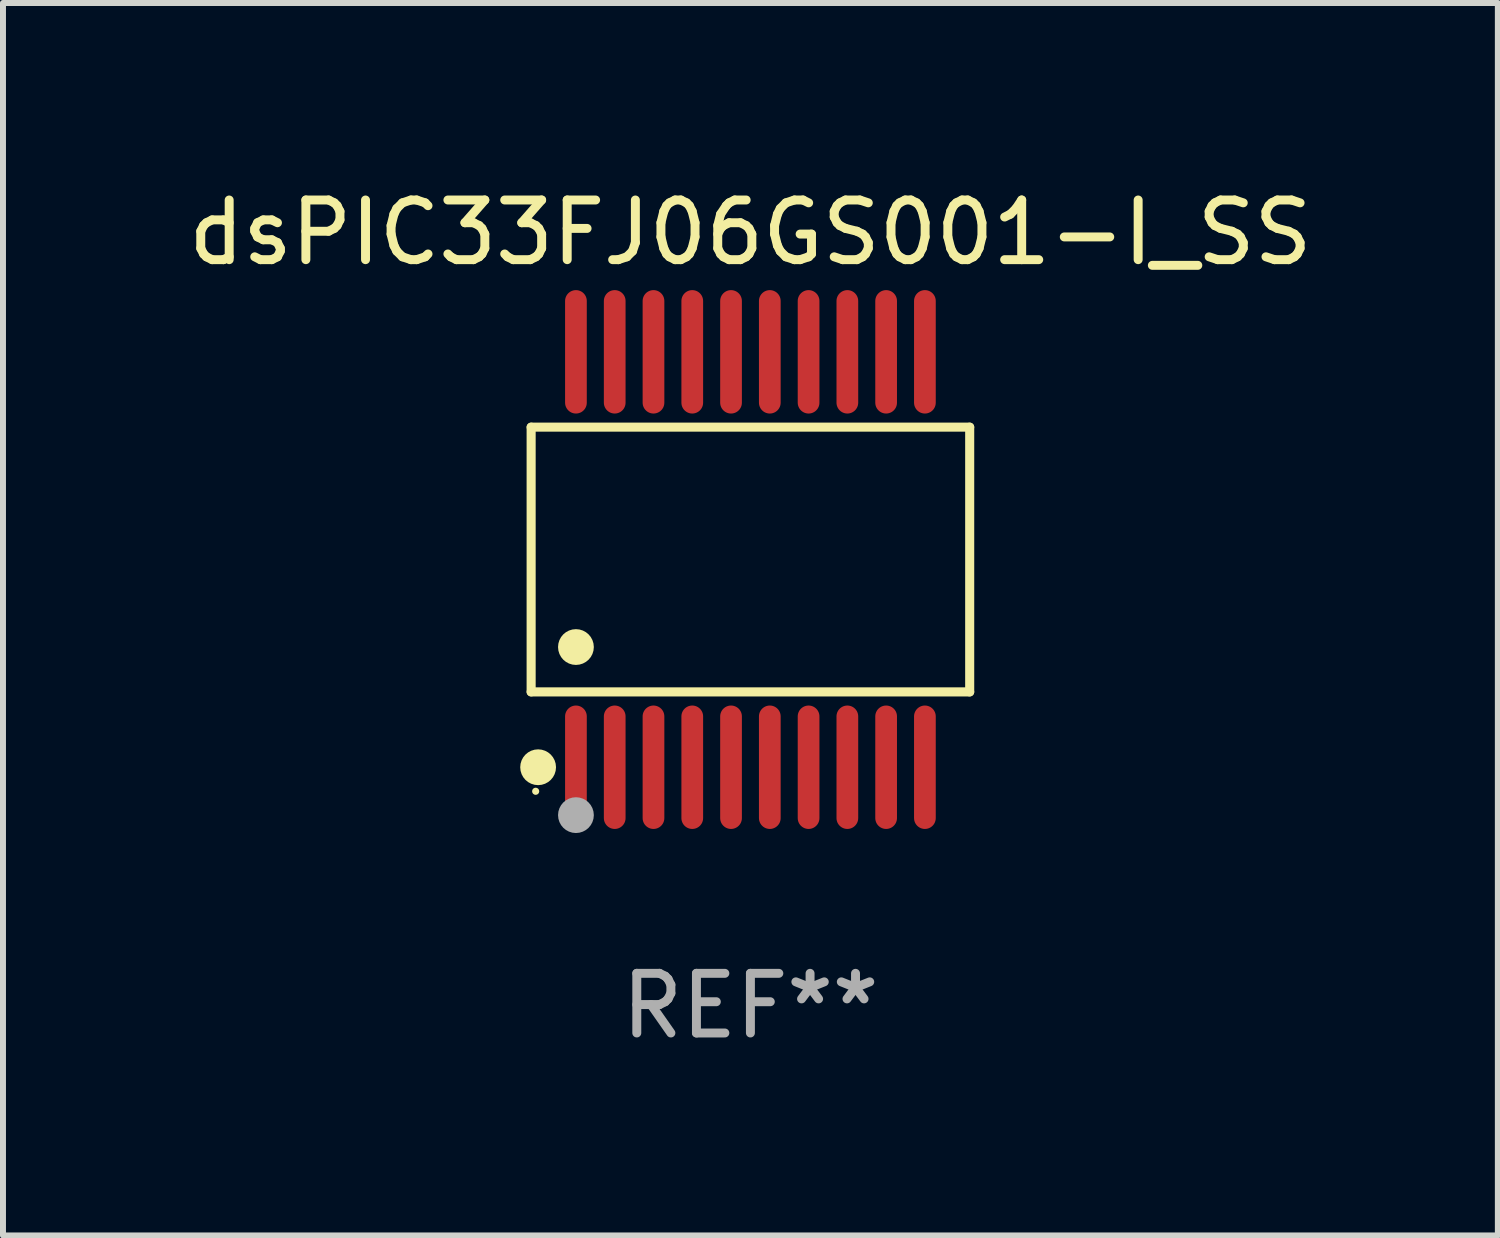
<source format=kicad_pcb>
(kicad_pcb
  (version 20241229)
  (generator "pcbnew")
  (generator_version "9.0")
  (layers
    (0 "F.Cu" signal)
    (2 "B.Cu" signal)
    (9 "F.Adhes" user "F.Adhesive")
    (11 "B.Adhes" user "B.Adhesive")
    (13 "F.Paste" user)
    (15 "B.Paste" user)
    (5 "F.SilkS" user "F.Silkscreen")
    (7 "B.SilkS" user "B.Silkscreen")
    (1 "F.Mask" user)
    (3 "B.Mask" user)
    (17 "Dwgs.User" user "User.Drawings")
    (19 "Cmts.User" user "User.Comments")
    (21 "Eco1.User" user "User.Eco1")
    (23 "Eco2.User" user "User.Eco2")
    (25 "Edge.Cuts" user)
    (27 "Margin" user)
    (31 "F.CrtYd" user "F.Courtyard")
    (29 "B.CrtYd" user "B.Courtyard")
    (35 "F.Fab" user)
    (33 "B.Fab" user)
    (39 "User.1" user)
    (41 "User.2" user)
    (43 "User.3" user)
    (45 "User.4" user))
  (footprint "dsPIC33FJ06GS001-I_SS"
    (layer "F.Cu")
    (at 9.53 6.33)
    (property "Reference" "dsPIC33FJ06GS001-I_SS" (at 0 -5.482 0) (layer "F.SilkS") (effects (font (size 1 1) (thickness 0.15))))
    (attr through_hole)
    (fp_line (start -3.676 -2.219) (end 3.676 -2.219) (stroke (width 0.152) (type solid)) (layer "F.SilkS"))
    (fp_line (start -3.676 2.219) (end -3.676 -2.219) (stroke (width 0.152) (type solid)) (layer "F.SilkS"))
    (fp_line (start 3.676 -2.219) (end 3.676 2.219) (stroke (width 0.152) (type solid)) (layer "F.SilkS"))
    (fp_line (start 3.676 2.219) (end -3.676 2.219) (stroke (width 0.152) (type solid)) (layer "F.SilkS"))
    (fp_circle (center -3.6 3.885) (end -3.57 3.885) (stroke (width 0.06) (type solid)) (fill no) (layer "F.SilkS"))
    (fp_circle (center -3.559 3.482) (end -3.409 3.482) (stroke (width 0.3) (type solid)) (fill no) (layer "F.SilkS"))
    (fp_circle (center -2.925 1.467) (end -2.775 1.467) (stroke (width 0.3) (type solid)) (fill no) (layer "F.SilkS"))
    (fp_circle (center -2.925 4.285) (end -2.775 4.285) (stroke (width 0.3) (type solid)) (fill no) (layer "F.Fab"))
    (fp_text user "REF**" (at 0 7.482 0) (layer "F.Fab") (effects (font (size 1 1) (thickness 0.15))))
    (pad "1" smd oval (at -2.925 3.482) (size 0.364 2.069) (layers "F.Cu" "F.Mask" "F.Paste"))
    (pad "2" smd oval (at -2.275 3.482) (size 0.364 2.069) (layers "F.Cu" "F.Mask" "F.Paste"))
    (pad "3" smd oval (at -1.625 3.482) (size 0.364 2.069) (layers "F.Cu" "F.Mask" "F.Paste"))
    (pad "4" smd oval (at -0.975 3.482) (size 0.364 2.069) (layers "F.Cu" "F.Mask" "F.Paste"))
    (pad "5" smd oval (at -0.325 3.482) (size 0.364 2.069) (layers "F.Cu" "F.Mask" "F.Paste"))
    (pad "6" smd oval (at 0.325 3.482) (size 0.364 2.069) (layers "F.Cu" "F.Mask" "F.Paste"))
    (pad "7" smd oval (at 0.975 3.482) (size 0.364 2.069) (layers "F.Cu" "F.Mask" "F.Paste"))
    (pad "8" smd oval (at 1.625 3.482) (size 0.364 2.069) (layers "F.Cu" "F.Mask" "F.Paste"))
    (pad "9" smd oval (at 2.275 3.482) (size 0.364 2.069) (layers "F.Cu" "F.Mask" "F.Paste"))
    (pad "10" smd oval (at 2.925 3.482) (size 0.364 2.069) (layers "F.Cu" "F.Mask" "F.Paste"))
    (pad "11" smd oval (at 2.925 -3.482) (size 0.364 2.069) (layers "F.Cu" "F.Mask" "F.Paste"))
    (pad "12" smd oval (at 2.275 -3.482) (size 0.364 2.069) (layers "F.Cu" "F.Mask" "F.Paste"))
    (pad "13" smd oval (at 1.625 -3.482) (size 0.364 2.069) (layers "F.Cu" "F.Mask" "F.Paste"))
    (pad "14" smd oval (at 0.975 -3.482) (size 0.364 2.069) (layers "F.Cu" "F.Mask" "F.Paste"))
    (pad "15" smd oval (at 0.325 -3.482) (size 0.364 2.069) (layers "F.Cu" "F.Mask" "F.Paste"))
    (pad "16" smd oval (at -0.325 -3.482) (size 0.364 2.069) (layers "F.Cu" "F.Mask" "F.Paste"))
    (pad "17" smd oval (at -0.975 -3.482) (size 0.364 2.069) (layers "F.Cu" "F.Mask" "F.Paste"))
    (pad "18" smd oval (at -1.625 -3.482) (size 0.364 2.069) (layers "F.Cu" "F.Mask" "F.Paste"))
    (pad "19" smd oval (at -2.275 -3.482) (size 0.364 2.069) (layers "F.Cu" "F.Mask" "F.Paste"))
    (pad "20" smd oval (at -2.925 -3.482) (size 0.364 2.069) (layers "F.Cu" "F.Mask" "F.Paste")))
  (gr_rect
    (start -3 -3)
    (end 22.06 17.661)
    (stroke (width 0.1) (type default))
    (fill no)
    (layer "Edge.Cuts")))
</source>
